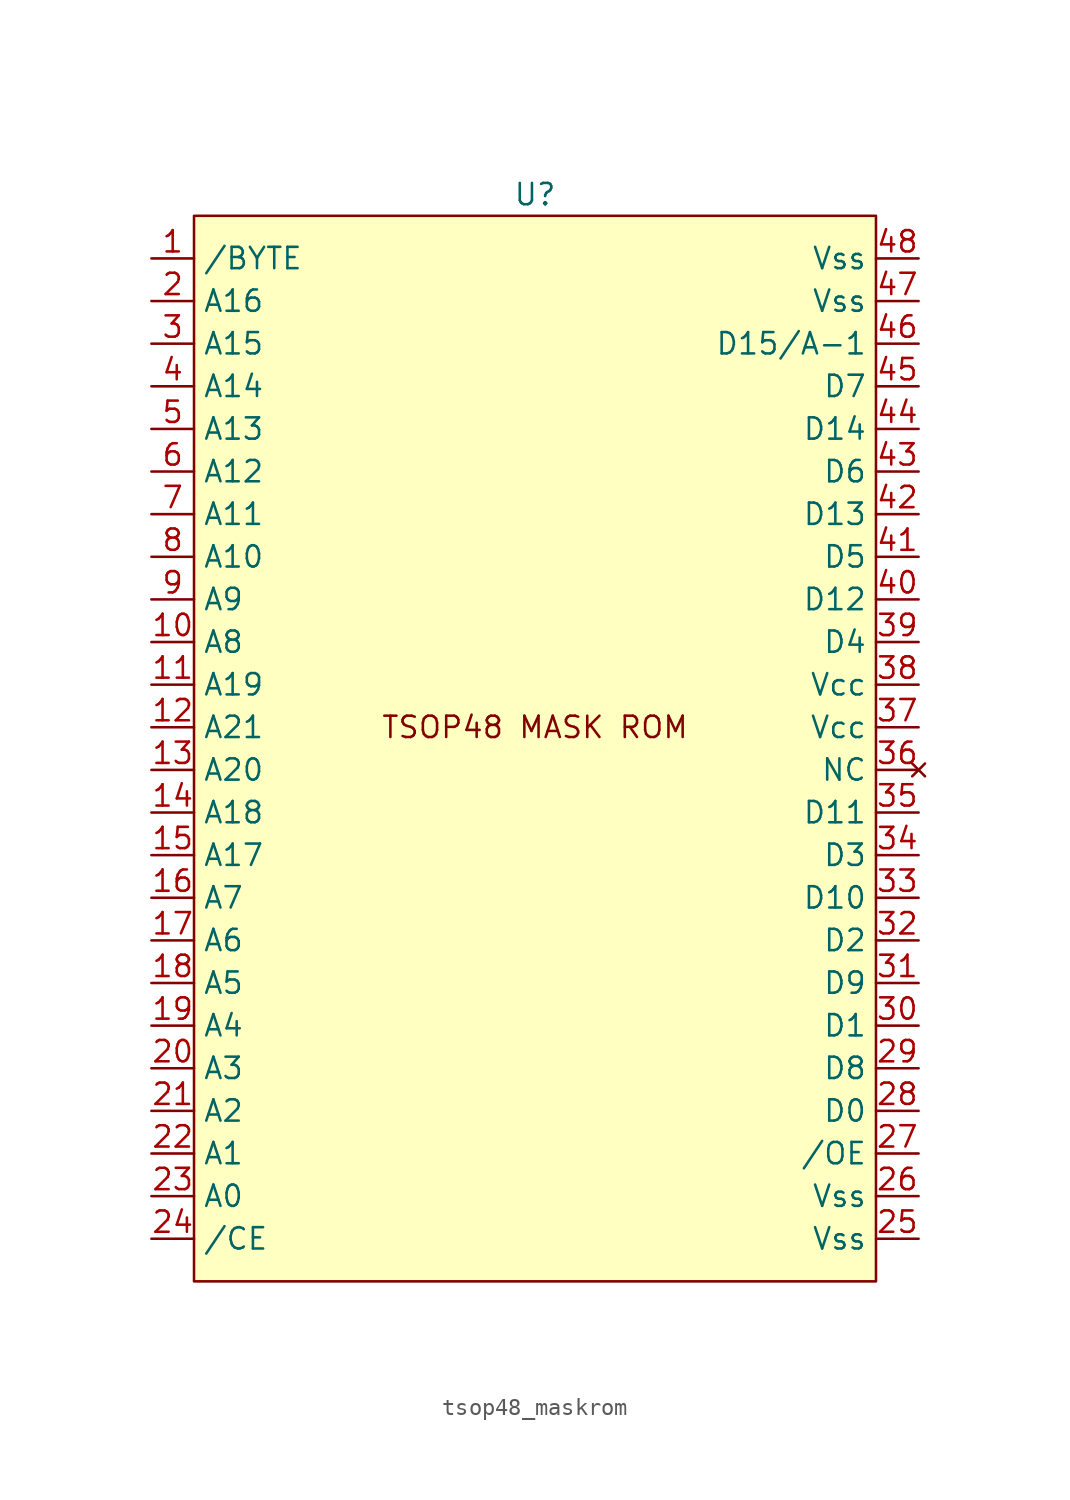
<source format=kicad_sym>
(kicad_symbol_lib
  (version 20220914)
  (generator kicad_symbol_editor)
  (symbol "tsop48_maskrom"
    (property "Reference" "U"
      (at 0 0 0)
      (effects (font (size 1.27 1.27))))
    (property "Value" ""
      (at 0 0 0)
      (effects (font (size 1.27 1.27))))
    (symbol "tsop48_maskrom_1_1"
      (rectangle (start -20.32 -1.27) (end 20.32 -64.77) (stroke (width 0) (type default)) (fill (type background)))
      (text "TSOP48 MASK ROM" (at 0 -31.75 0) (effects (font (size 1.27 1.27))))
      (pin input line (at -22.86 -3.81 0) (length 2.54) (name "/BYTE" (effects (font (size 1.27 1.27)))) (number "1" (effects (font (size 1.27 1.27)))))
      (pin input line (at -22.86 -26.67 0) (length 2.54) (name "A8" (effects (font (size 1.27 1.27)))) (number "10" (effects (font (size 1.27 1.27)))))
      (pin input line (at -22.86 -29.21 0) (length 2.54) (name "A19" (effects (font (size 1.27 1.27)))) (number "11" (effects (font (size 1.27 1.27)))))
      (pin input line (at -22.86 -31.75 0) (length 2.54) (name "A21" (effects (font (size 1.27 1.27)))) (number "12" (effects (font (size 1.27 1.27)))))
      (pin input line (at -22.86 -34.29 0) (length 2.54) (name "A20" (effects (font (size 1.27 1.27)))) (number "13" (effects (font (size 1.27 1.27)))))
      (pin input line (at -22.86 -36.83 0) (length 2.54) (name "A18" (effects (font (size 1.27 1.27)))) (number "14" (effects (font (size 1.27 1.27)))))
      (pin input line (at -22.86 -39.37 0) (length 2.54) (name "A17" (effects (font (size 1.27 1.27)))) (number "15" (effects (font (size 1.27 1.27)))))
      (pin input line (at -22.86 -41.91 0) (length 2.54) (name "A7" (effects (font (size 1.27 1.27)))) (number "16" (effects (font (size 1.27 1.27)))))
      (pin input line (at -22.86 -44.45 0) (length 2.54) (name "A6" (effects (font (size 1.27 1.27)))) (number "17" (effects (font (size 1.27 1.27)))))
      (pin input line (at -22.86 -46.99 0) (length 2.54) (name "A5" (effects (font (size 1.27 1.27)))) (number "18" (effects (font (size 1.27 1.27)))))
      (pin input line (at -22.86 -49.53 0) (length 2.54) (name "A4" (effects (font (size 1.27 1.27)))) (number "19" (effects (font (size 1.27 1.27)))))
      (pin input line (at -22.86 -6.35 0) (length 2.54) (name "A16" (effects (font (size 1.27 1.27)))) (number "2" (effects (font (size 1.27 1.27)))))
      (pin input line (at -22.86 -52.07 0) (length 2.54) (name "A3" (effects (font (size 1.27 1.27)))) (number "20" (effects (font (size 1.27 1.27)))))
      (pin input line (at -22.86 -54.61 0) (length 2.54) (name "A2" (effects (font (size 1.27 1.27)))) (number "21" (effects (font (size 1.27 1.27)))))
      (pin input line (at -22.86 -57.15 0) (length 2.54) (name "A1" (effects (font (size 1.27 1.27)))) (number "22" (effects (font (size 1.27 1.27)))))
      (pin input line (at -22.86 -59.69 0) (length 2.54) (name "A0" (effects (font (size 1.27 1.27)))) (number "23" (effects (font (size 1.27 1.27)))))
      (pin input line (at -22.86 -62.23 0) (length 2.54) (name "/CE" (effects (font (size 1.27 1.27)))) (number "24" (effects (font (size 1.27 1.27)))))
      (pin power_in line (at 22.86 -62.23 180) (length 2.54) (name "Vss" (effects (font (size 1.27 1.27)))) (number "25" (effects (font (size 1.27 1.27)))))
      (pin power_in line (at 22.86 -59.69 180) (length 2.54) (name "Vss" (effects (font (size 1.27 1.27)))) (number "26" (effects (font (size 1.27 1.27)))))
      (pin input line (at 22.86 -57.15 180) (length 2.54) (name "/OE" (effects (font (size 1.27 1.27)))) (number "27" (effects (font (size 1.27 1.27)))))
      (pin tri_state line (at 22.86 -54.61 180) (length 2.54) (name "D0" (effects (font (size 1.27 1.27)))) (number "28" (effects (font (size 1.27 1.27)))))
      (pin tri_state line (at 22.86 -52.07 180) (length 2.54) (name "D8" (effects (font (size 1.27 1.27)))) (number "29" (effects (font (size 1.27 1.27)))))
      (pin input line (at -22.86 -8.89 0) (length 2.54) (name "A15" (effects (font (size 1.27 1.27)))) (number "3" (effects (font (size 1.27 1.27)))))
      (pin tri_state line (at 22.86 -49.53 180) (length 2.54) (name "D1" (effects (font (size 1.27 1.27)))) (number "30" (effects (font (size 1.27 1.27)))))
      (pin tri_state line (at 22.86 -46.99 180) (length 2.54) (name "D9" (effects (font (size 1.27 1.27)))) (number "31" (effects (font (size 1.27 1.27)))))
      (pin tri_state line (at 22.86 -44.45 180) (length 2.54) (name "D2" (effects (font (size 1.27 1.27)))) (number "32" (effects (font (size 1.27 1.27)))))
      (pin tri_state line (at 22.86 -41.91 180) (length 2.54) (name "D10" (effects (font (size 1.27 1.27)))) (number "33" (effects (font (size 1.27 1.27)))))
      (pin tri_state line (at 22.86 -39.37 180) (length 2.54) (name "D3" (effects (font (size 1.27 1.27)))) (number "34" (effects (font (size 1.27 1.27)))))
      (pin tri_state line (at 22.86 -36.83 180) (length 2.54) (name "D11" (effects (font (size 1.27 1.27)))) (number "35" (effects (font (size 1.27 1.27)))))
      (pin no_connect line (at 22.86 -34.29 180) (length 2.54) (name "NC" (effects (font (size 1.27 1.27)))) (number "36" (effects (font (size 1.27 1.27)))))
      (pin power_in line (at 22.86 -31.75 180) (length 2.54) (name "Vcc" (effects (font (size 1.27 1.27)))) (number "37" (effects (font (size 1.27 1.27)))))
      (pin power_in line (at 22.86 -29.21 180) (length 2.54) (name "Vcc" (effects (font (size 1.27 1.27)))) (number "38" (effects (font (size 1.27 1.27)))))
      (pin tri_state line (at 22.86 -26.67 180) (length 2.54) (name "D4" (effects (font (size 1.27 1.27)))) (number "39" (effects (font (size 1.27 1.27)))))
      (pin input line (at -22.86 -11.43 0) (length 2.54) (name "A14" (effects (font (size 1.27 1.27)))) (number "4" (effects (font (size 1.27 1.27)))))
      (pin tri_state line (at 22.86 -24.13 180) (length 2.54) (name "D12" (effects (font (size 1.27 1.27)))) (number "40" (effects (font (size 1.27 1.27)))))
      (pin tri_state line (at 22.86 -21.59 180) (length 2.54) (name "D5" (effects (font (size 1.27 1.27)))) (number "41" (effects (font (size 1.27 1.27)))))
      (pin tri_state line (at 22.86 -19.05 180) (length 2.54) (name "D13" (effects (font (size 1.27 1.27)))) (number "42" (effects (font (size 1.27 1.27)))))
      (pin tri_state line (at 22.86 -16.51 180) (length 2.54) (name "D6" (effects (font (size 1.27 1.27)))) (number "43" (effects (font (size 1.27 1.27)))))
      (pin tri_state line (at 22.86 -13.97 180) (length 2.54) (name "D14" (effects (font (size 1.27 1.27)))) (number "44" (effects (font (size 1.27 1.27)))))
      (pin tri_state line (at 22.86 -11.43 180) (length 2.54) (name "D7" (effects (font (size 1.27 1.27)))) (number "45" (effects (font (size 1.27 1.27)))))
      (pin tri_state line (at 22.86 -8.89 180) (length 2.54) (name "D15/A-1" (effects (font (size 1.27 1.27)))) (number "46" (effects (font (size 1.27 1.27)))))
      (pin power_in line (at 22.86 -6.35 180) (length 2.54) (name "Vss" (effects (font (size 1.27 1.27)))) (number "47" (effects (font (size 1.27 1.27)))))
      (pin power_in line (at 22.86 -3.81 180) (length 2.54) (name "Vss" (effects (font (size 1.27 1.27)))) (number "48" (effects (font (size 1.27 1.27)))))
      (pin input line (at -22.86 -13.97 0) (length 2.54) (name "A13" (effects (font (size 1.27 1.27)))) (number "5" (effects (font (size 1.27 1.27)))))
      (pin input line (at -22.86 -16.51 0) (length 2.54) (name "A12" (effects (font (size 1.27 1.27)))) (number "6" (effects (font (size 1.27 1.27)))))
      (pin input line (at -22.86 -19.05 0) (length 2.54) (name "A11" (effects (font (size 1.27 1.27)))) (number "7" (effects (font (size 1.27 1.27)))))
      (pin input line (at -22.86 -21.59 0) (length 2.54) (name "A10" (effects (font (size 1.27 1.27)))) (number "8" (effects (font (size 1.27 1.27)))))
      (pin input line (at -22.86 -24.13 0) (length 2.54) (name "A9" (effects (font (size 1.27 1.27)))) (number "9" (effects (font (size 1.27 1.27))))))))
</source>
